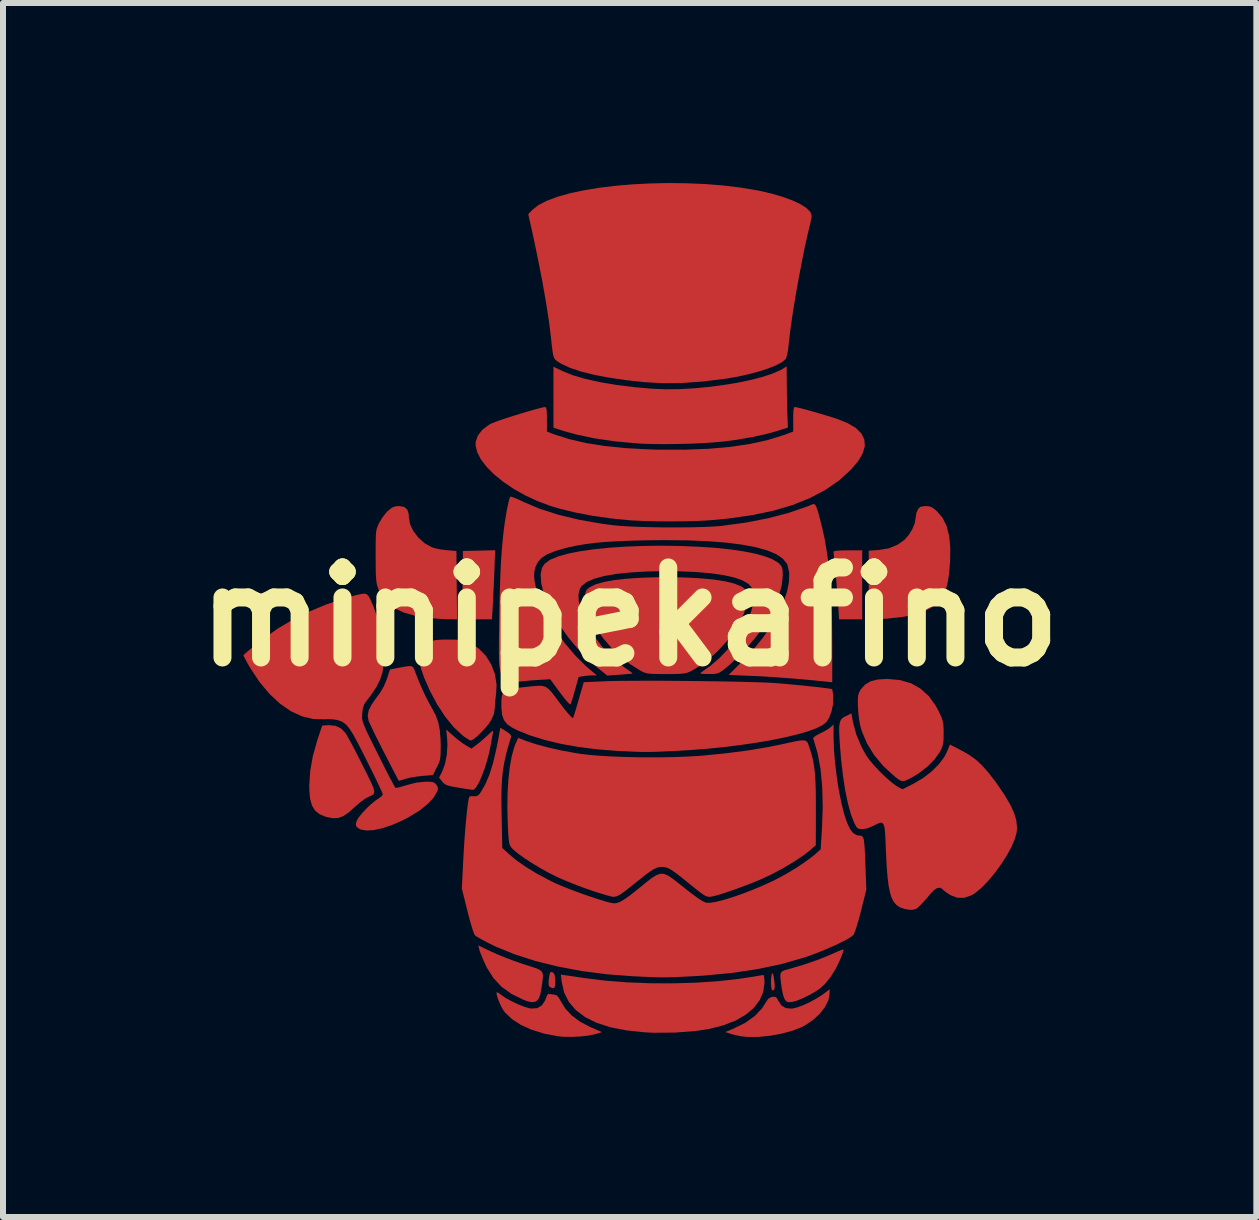
<source format=kicad_pcb>
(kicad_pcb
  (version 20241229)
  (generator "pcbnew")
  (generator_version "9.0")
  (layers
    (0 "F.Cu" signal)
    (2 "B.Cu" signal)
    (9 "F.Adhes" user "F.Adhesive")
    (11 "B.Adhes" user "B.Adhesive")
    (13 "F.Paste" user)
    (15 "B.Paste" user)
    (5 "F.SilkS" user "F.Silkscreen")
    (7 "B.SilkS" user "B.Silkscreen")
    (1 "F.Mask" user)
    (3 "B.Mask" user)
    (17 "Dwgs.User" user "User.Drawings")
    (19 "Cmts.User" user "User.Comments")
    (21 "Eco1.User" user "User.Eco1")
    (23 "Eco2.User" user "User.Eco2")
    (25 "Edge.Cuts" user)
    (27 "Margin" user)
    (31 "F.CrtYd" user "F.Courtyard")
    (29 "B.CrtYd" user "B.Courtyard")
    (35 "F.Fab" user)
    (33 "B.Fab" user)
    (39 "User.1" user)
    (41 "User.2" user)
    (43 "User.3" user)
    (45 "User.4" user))
  (footprint "minipekafino"
    (layer "F.Cu")
    (at 7.443 7.228)
    (property "Reference" "minipekafino" (at 0 0 0) (layer "F.SilkS") (effects (font (size 1.5 1.5) (thickness 0.3))))
    (attr board_only exclude_from_pos_files exclude_from_bom)
    (fp_poly (pts (xy -2.255 -0.744) (xy -2.261 -0.602) (xy -2.268 -0.456) (xy -2.274 -0.32) (xy -2.28 -0.207) (xy -2.282 -0.168) (xy -2.295 0.043) (xy -2.543 0.043) (xy -2.79 0.043) (xy -2.785 -0.526) (xy -2.779 -1.096) (xy -2.51 -1.102) (xy -2.242 -1.109)) (stroke (width 0) (type solid)) (fill yes) (layer "F.Cu"))
    (fp_poly (pts (xy 2.387 5.951) (xy 2.399 5.994) (xy 2.409 6.054) (xy 2.415 6.118) (xy 2.417 6.174) (xy 2.411 6.207) (xy 2.41 6.208) (xy 2.386 6.231) (xy 2.368 6.214) (xy 2.358 6.156) (xy 2.355 6.091) (xy 2.358 6.017) (xy 2.366 5.962) (xy 2.375 5.939)) (stroke (width 0) (type solid)) (fill yes) (layer "F.Cu"))
    (fp_poly (pts (xy -1.288 5.924) (xy -1.262 5.942) (xy -1.248 5.979) (xy -1.24 6.046) (xy -1.239 6.063) (xy -1.241 6.143) (xy -1.257 6.184) (xy -1.289 6.189) (xy -1.332 6.168) (xy -1.348 6.144) (xy -1.352 6.094) (xy -1.346 6.029) (xy -1.335 5.961) (xy -1.324 5.927) (xy -1.306 5.919)) (stroke (width 0) (type solid)) (fill yes) (layer "F.Cu"))
    (fp_poly (pts (xy 3.875 -0.532) (xy 3.875 0.043) (xy 3.682 0.043) (xy 3.489 0.043) (xy 3.475 -0.201) (xy 3.467 -0.32) (xy 3.455 -0.464) (xy 3.442 -0.615) (xy 3.429 -0.755) (xy 3.429 -0.757) (xy 3.418 -0.87) (xy 3.408 -0.967) (xy 3.401 -1.041) (xy 3.398 -1.082) (xy 3.398 -1.088) (xy 3.418 -1.096) (xy 3.473 -1.102) (xy 3.553 -1.106) (xy 3.636 -1.107) (xy 3.875 -1.107)) (stroke (width 0) (type solid)) (fill yes) (layer "F.Cu"))
    (fp_poly (pts (xy -2.304 5.581) (xy -2.199 5.628) (xy -2.068 5.681) (xy -1.926 5.735) (xy -1.789 5.783) (xy -1.764 5.791) (xy -1.64 5.83) (xy -1.552 5.86) (xy -1.493 5.888) (xy -1.46 5.919) (xy -1.446 5.96) (xy -1.447 6.018) (xy -1.457 6.098) (xy -1.466 6.164) (xy -1.487 6.285) (xy -1.518 6.367) (xy -1.562 6.412) (xy -1.625 6.424) (xy -1.71 6.406) (xy -1.769 6.383) (xy -1.97 6.285) (xy -2.135 6.166) (xy -2.269 6.023) (xy -2.377 5.852) (xy -2.397 5.812) (xy -2.438 5.722) (xy -2.474 5.636) (xy -2.499 5.57) (xy -2.503 5.555) (xy -2.524 5.476)) (stroke (width 0) (type solid)) (fill yes) (layer "F.Cu"))
    (fp_poly (pts (xy 3.565 5.544) (xy 3.562 5.567) (xy 3.544 5.62) (xy 3.516 5.692) (xy 3.505 5.719) (xy 3.435 5.864) (xy 3.35 6) (xy 3.258 6.115) (xy 3.174 6.193) (xy 3.092 6.248) (xy 2.992 6.305) (xy 2.887 6.356) (xy 2.791 6.396) (xy 2.715 6.418) (xy 2.705 6.42) (xy 2.646 6.423) (xy 2.61 6.408) (xy 2.585 6.378) (xy 2.565 6.33) (xy 2.546 6.255) (xy 2.53 6.168) (xy 2.53 6.164) (xy 2.516 6.057) (xy 2.51 5.984) (xy 2.516 5.938) (xy 2.54 5.909) (xy 2.585 5.889) (xy 2.656 5.87) (xy 2.687 5.861) (xy 2.912 5.794) (xy 3.138 5.716) (xy 3.344 5.632) (xy 3.396 5.609) (xy 3.471 5.576) (xy 3.53 5.553) (xy 3.562 5.544)) (stroke (width 0) (type solid)) (fill yes) (layer "F.Cu"))
    (fp_poly (pts (xy 3.332 6.278) (xy 3.312 6.389) (xy 3.255 6.503) (xy 3.168 6.616) (xy 3.055 6.72) (xy 2.923 6.809) (xy 2.867 6.838) (xy 2.71 6.899) (xy 2.528 6.948) (xy 2.334 6.983) (xy 2.141 7.002) (xy 1.964 7.002) (xy 1.865 6.992) (xy 1.781 6.976) (xy 1.699 6.955) (xy 1.673 6.947) (xy 1.591 6.92) (xy 1.714 6.871) (xy 1.919 6.771) (xy 2.084 6.654) (xy 2.209 6.521) (xy 2.27 6.423) (xy 2.31 6.365) (xy 2.36 6.338) (xy 2.378 6.334) (xy 2.425 6.333) (xy 2.454 6.354) (xy 2.474 6.395) (xy 2.528 6.477) (xy 2.604 6.522) (xy 2.704 6.53) (xy 2.712 6.529) (xy 2.791 6.51) (xy 2.893 6.472) (xy 3.006 6.42) (xy 3.117 6.359) (xy 3.214 6.297) (xy 3.235 6.281) (xy 3.332 6.207)) (stroke (width 0) (type solid)) (fill yes) (layer "F.Cu"))
    (fp_poly (pts (xy 5.002 -1.838) (xy 5.055 -1.813) (xy 5.118 -1.761) (xy 5.121 -1.758) (xy 5.214 -1.649) (xy 5.281 -1.513) (xy 5.324 -1.348) (xy 5.343 -1.152) (xy 5.34 -0.92) (xy 5.339 -0.913) (xy 5.325 -0.742) (xy 5.306 -0.605) (xy 5.28 -0.494) (xy 5.245 -0.4) (xy 5.212 -0.338) (xy 5.135 -0.237) (xy 5.032 -0.153) (xy 4.898 -0.086) (xy 4.732 -0.033) (xy 4.531 0.005) (xy 4.291 0.031) (xy 4.22 0.036) (xy 3.984 0.05) (xy 3.984 -0.526) (xy 3.984 -1.101) (xy 4.141 -1.112) (xy 4.314 -1.139) (xy 4.462 -1.199) (xy 4.58 -1.283) (xy 4.65 -1.362) (xy 4.71 -1.46) (xy 4.751 -1.562) (xy 4.765 -1.646) (xy 4.777 -1.728) (xy 4.808 -1.797) (xy 4.839 -1.829) (xy 4.875 -1.839) (xy 4.933 -1.845) (xy 4.945 -1.845)) (stroke (width 0) (type solid)) (fill yes) (layer "F.Cu"))
    (fp_poly (pts (xy -4.904 1.816) (xy -4.807 1.864) (xy -4.736 1.938) (xy -4.711 1.977) (xy -4.671 2.049) (xy -4.618 2.147) (xy -4.557 2.264) (xy -4.491 2.394) (xy -4.454 2.468) (xy -4.38 2.616) (xy -4.324 2.73) (xy -4.285 2.815) (xy -4.262 2.877) (xy -4.255 2.92) (xy -4.263 2.949) (xy -4.284 2.969) (xy -4.317 2.987) (xy -4.359 3.004) (xy -4.414 3.035) (xy -4.486 3.088) (xy -4.56 3.152) (xy -4.578 3.168) (xy -4.684 3.263) (xy -4.776 3.324) (xy -4.862 3.354) (xy -4.952 3.357) (xy -5.055 3.336) (xy -5.071 3.331) (xy -5.17 3.289) (xy -5.243 3.229) (xy -5.294 3.146) (xy -5.325 3.034) (xy -5.338 2.888) (xy -5.339 2.811) (xy -5.324 2.573) (xy -5.281 2.327) (xy -5.207 2.062) (xy -5.193 2.019) (xy -5.123 1.813) (xy -5.021 1.806)) (stroke (width 0) (type solid)) (fill yes) (layer "F.Cu"))
    (fp_poly (pts (xy -1.051 5.977) (xy -0.987 5.986) (xy -0.895 6) (xy -0.791 6.015) (xy -0.738 6.023) (xy -0.405 6.064) (xy -0.046 6.092) (xy 0.331 6.107) (xy 0.714 6.109) (xy 1.093 6.098) (xy 1.459 6.074) (xy 1.801 6.037) (xy 2.04 6.001) (xy 2.123 5.987) (xy 2.189 5.976) (xy 2.227 5.97) (xy 2.231 5.97) (xy 2.239 5.99) (xy 2.245 6.041) (xy 2.247 6.095) (xy 2.226 6.25) (xy 2.165 6.392) (xy 2.066 6.521) (xy 1.93 6.634) (xy 1.761 6.731) (xy 1.559 6.809) (xy 1.326 6.868) (xy 1.118 6.901) (xy 0.764 6.929) (xy 0.406 6.932) (xy 0.25 6.925) (xy -0.054 6.893) (xy -0.32 6.841) (xy -0.55 6.767) (xy -0.742 6.672) (xy -0.896 6.556) (xy -1.013 6.42) (xy -1.092 6.263) (xy -1.132 6.088) (xy -1.147 5.963)) (stroke (width 0) (type solid)) (fill yes) (layer "F.Cu"))
    (fp_poly (pts (xy -2.941 1.983) (xy -2.866 2.046) (xy -2.788 2.105) (xy -2.731 2.142) (xy -2.637 2.197) (xy -2.556 2.137) (xy -2.495 2.089) (xy -2.422 2.026) (xy -2.37 1.978) (xy -2.315 1.927) (xy -2.285 1.904) (xy -2.275 1.906) (xy -2.277 1.931) (xy -2.278 1.932) (xy -2.287 1.982) (xy -2.301 2.057) (xy -2.313 2.124) (xy -2.341 2.262) (xy -2.377 2.4) (xy -2.419 2.533) (xy -2.463 2.653) (xy -2.508 2.754) (xy -2.551 2.831) (xy -2.59 2.875) (xy -2.614 2.885) (xy -2.649 2.88) (xy -2.716 2.87) (xy -2.804 2.856) (xy -2.861 2.847) (xy -2.961 2.829) (xy -3.028 2.813) (xy -3.072 2.795) (xy -3.104 2.77) (xy -3.124 2.746) (xy -3.176 2.682) (xy -3.125 2.58) (xy -3.077 2.452) (xy -3.047 2.299) (xy -3.037 2.135) (xy -3.042 2.032) (xy -3.057 1.879)) (stroke (width 0) (type solid)) (fill yes) (layer "F.Cu"))
    (fp_poly (pts (xy -2.919 0.381) (xy -2.837 0.385) (xy -2.776 0.394) (xy -2.724 0.409) (xy -2.668 0.432) (xy -2.659 0.437) (xy -2.516 0.528) (xy -2.397 0.65) (xy -2.305 0.797) (xy -2.244 0.961) (xy -2.218 1.135) (xy -2.226 1.281) (xy -2.237 1.374) (xy -2.245 1.466) (xy -2.247 1.52) (xy -2.264 1.625) (xy -2.311 1.728) (xy -2.353 1.79) (xy -2.412 1.86) (xy -2.478 1.931) (xy -2.544 1.994) (xy -2.602 2.04) (xy -2.643 2.062) (xy -2.648 2.062) (xy -2.679 2.05) (xy -2.732 2.017) (xy -2.788 1.975) (xy -2.931 1.841) (xy -3.072 1.668) (xy -3.206 1.464) (xy -3.329 1.234) (xy -3.428 1.007) (xy -3.478 0.863) (xy -3.502 0.747) (xy -3.502 0.653) (xy -3.476 0.574) (xy -3.457 0.543) (xy -3.409 0.477) (xy -3.361 0.432) (xy -3.305 0.404) (xy -3.23 0.388) (xy -3.129 0.381) (xy -3.032 0.38)) (stroke (width 0) (type solid)) (fill yes) (layer "F.Cu"))
    (fp_poly (pts (xy -2.194 6.263) (xy -2.154 6.29) (xy -2.143 6.3) (xy -2.071 6.35) (xy -1.975 6.403) (xy -1.869 6.454) (xy -1.765 6.496) (xy -1.677 6.523) (xy -1.641 6.529) (xy -1.541 6.522) (xy -1.464 6.477) (xy -1.41 6.396) (xy -1.397 6.359) (xy -1.373 6.3) (xy -1.347 6.282) (xy -1.341 6.284) (xy -1.295 6.293) (xy -1.258 6.296) (xy -1.218 6.307) (xy -1.182 6.347) (xy -1.159 6.388) (xy -1.073 6.528) (xy -0.966 6.644) (xy -0.831 6.745) (xy -0.661 6.835) (xy -0.625 6.85) (xy -0.461 6.922) (xy -0.574 6.956) (xy -0.683 6.979) (xy -0.819 6.994) (xy -0.965 7.001) (xy -1.105 6.999) (xy -1.199 6.99) (xy -1.427 6.946) (xy -1.634 6.882) (xy -1.814 6.801) (xy -1.964 6.703) (xy -2.078 6.593) (xy -2.104 6.559) (xy -2.138 6.501) (xy -2.17 6.43) (xy -2.198 6.359) (xy -2.215 6.299) (xy -2.218 6.262) (xy -2.215 6.257)) (stroke (width 0) (type solid)) (fill yes) (layer "F.Cu"))
    (fp_poly (pts (xy 2.618 -3.882) (xy 2.62 -3.748) (xy 2.622 -3.604) (xy 2.625 -3.469) (xy 2.628 -3.373) (xy 2.637 -3.153) (xy 2.458 -3.096) (xy 2.266 -3.043) (xy 2.041 -2.994) (xy 1.792 -2.951) (xy 1.563 -2.92) (xy 1.406 -2.906) (xy 1.217 -2.893) (xy 1.008 -2.884) (xy 0.79 -2.879) (xy 0.575 -2.877) (xy 0.375 -2.878) (xy 0.202 -2.884) (xy 0.141 -2.888) (xy -0.243 -2.923) (xy -0.592 -2.974) (xy -0.904 -3.041) (xy -1.097 -3.095) (xy -1.27 -3.15) (xy -1.27 -3.658) (xy -1.27 -4.166) (xy -1.112 -4.091) (xy -0.945 -4.024) (xy -0.738 -3.964) (xy -0.496 -3.91) (xy -0.222 -3.864) (xy 0.08 -3.826) (xy 0.377 -3.8) (xy 0.59 -3.791) (xy 0.821 -3.793) (xy 1.062 -3.806) (xy 1.307 -3.829) (xy 1.551 -3.86) (xy 1.785 -3.898) (xy 2.004 -3.943) (xy 2.202 -3.994) (xy 2.372 -4.049) (xy 2.507 -4.107) (xy 2.545 -4.129) (xy 2.616 -4.172)) (stroke (width 0) (type solid)) (fill yes) (layer "F.Cu"))
    (fp_poly (pts (xy 4.297 1.036) (xy 4.506 1.055) (xy 4.69 1.109) (xy 4.849 1.199) (xy 4.987 1.325) (xy 5.104 1.489) (xy 5.161 1.597) (xy 5.196 1.676) (xy 5.217 1.741) (xy 5.228 1.809) (xy 5.232 1.896) (xy 5.232 1.943) (xy 5.231 2.042) (xy 5.224 2.111) (xy 5.21 2.167) (xy 5.184 2.223) (xy 5.168 2.254) (xy 5.084 2.373) (xy 4.969 2.491) (xy 4.833 2.598) (xy 4.737 2.658) (xy 4.65 2.706) (xy 4.59 2.733) (xy 4.546 2.74) (xy 4.506 2.727) (xy 4.458 2.694) (xy 4.418 2.663) (xy 4.234 2.496) (xy 4.078 2.31) (xy 3.954 2.11) (xy 3.867 1.903) (xy 3.841 1.81) (xy 3.823 1.712) (xy 3.81 1.596) (xy 3.803 1.483) (xy 3.802 1.475) (xy 3.802 1.38) (xy 3.807 1.315) (xy 3.82 1.268) (xy 3.843 1.225) (xy 3.853 1.208) (xy 3.924 1.13) (xy 4.013 1.076) (xy 4.129 1.046) (xy 4.277 1.036)) (stroke (width 0) (type solid)) (fill yes) (layer "F.Cu"))
    (fp_poly (pts (xy -3.761 -1.832) (xy -3.709 -1.791) (xy -3.683 -1.718) (xy -3.68 -1.66) (xy -3.66 -1.543) (xy -3.604 -1.426) (xy -3.519 -1.316) (xy -3.413 -1.223) (xy -3.298 -1.159) (xy -3.233 -1.139) (xy -3.143 -1.121) (xy -3.05 -1.11) (xy -2.887 -1.096) (xy -2.882 -0.526) (xy -2.876 0.043) (xy -3.034 0.041) (xy -3.142 0.036) (xy -3.264 0.028) (xy -3.353 0.019) (xy -3.579 -0.017) (xy -3.767 -0.071) (xy -3.92 -0.144) (xy -4.041 -0.236) (xy -4.132 -0.35) (xy -4.183 -0.452) (xy -4.2 -0.498) (xy -4.213 -0.542) (xy -4.221 -0.593) (xy -4.227 -0.657) (xy -4.231 -0.743) (xy -4.232 -0.857) (xy -4.233 -1.007) (xy -4.233 -1.009) (xy -4.233 -1.157) (xy -4.232 -1.269) (xy -4.23 -1.352) (xy -4.225 -1.412) (xy -4.217 -1.459) (xy -4.204 -1.497) (xy -4.188 -1.536) (xy -4.173 -1.567) (xy -4.124 -1.649) (xy -4.064 -1.728) (xy -4.026 -1.767) (xy -3.965 -1.816) (xy -3.911 -1.839) (xy -3.845 -1.845) (xy -3.844 -1.845)) (stroke (width 0) (type solid)) (fill yes) (layer "F.Cu"))
    (fp_poly (pts (xy 0.903 -0.655) (xy 1.166 -0.642) (xy 1.394 -0.621) (xy 1.585 -0.592) (xy 1.738 -0.555) (xy 1.851 -0.51) (xy 1.882 -0.492) (xy 1.926 -0.457) (xy 1.949 -0.418) (xy 1.959 -0.358) (xy 1.96 -0.333) (xy 1.949 -0.201) (xy 1.904 -0.054) (xy 1.829 0.102) (xy 1.729 0.261) (xy 1.608 0.419) (xy 1.471 0.569) (xy 1.32 0.706) (xy 1.162 0.824) (xy 1.016 0.909) (xy 0.975 0.927) (xy 0.932 0.94) (xy 0.878 0.948) (xy 0.804 0.953) (xy 0.701 0.955) (xy 0.603 0.955) (xy 0.478 0.954) (xy 0.388 0.952) (xy 0.322 0.948) (xy 0.274 0.939) (xy 0.233 0.925) (xy 0.191 0.904) (xy 0.169 0.892) (xy 0.002 0.786) (xy -0.158 0.658) (xy -0.307 0.514) (xy -0.441 0.359) (xy -0.556 0.199) (xy -0.647 0.039) (xy -0.711 -0.115) (xy -0.743 -0.258) (xy -0.745 -0.337) (xy -0.737 -0.406) (xy -0.717 -0.449) (xy -0.677 -0.485) (xy -0.667 -0.492) (xy -0.57 -0.539) (xy -0.432 -0.579) (xy -0.255 -0.611) (xy -0.041 -0.635) (xy 0.209 -0.651) (xy 0.492 -0.659) (xy 0.608 -0.659)) (stroke (width 0) (type solid)) (fill yes) (layer "F.Cu"))
    (fp_poly (pts (xy -3.64 0.823) (xy -3.612 0.838) (xy -3.593 0.869) (xy -3.574 0.918) (xy -3.573 0.923) (xy -3.516 1.069) (xy -3.448 1.226) (xy -3.375 1.377) (xy -3.305 1.506) (xy -3.292 1.529) (xy -3.232 1.642) (xy -3.19 1.759) (xy -3.164 1.891) (xy -3.151 2.048) (xy -3.149 2.151) (xy -3.15 2.256) (xy -3.153 2.332) (xy -3.163 2.389) (xy -3.181 2.441) (xy -3.209 2.5) (xy -3.214 2.509) (xy -3.279 2.638) (xy -3.452 2.652) (xy -3.553 2.664) (xy -3.653 2.681) (xy -3.731 2.7) (xy -3.734 2.701) (xy -3.796 2.72) (xy -3.837 2.732) (xy -3.846 2.735) (xy -3.857 2.717) (xy -3.884 2.665) (xy -3.926 2.585) (xy -3.979 2.482) (xy -4.041 2.362) (xy -4.088 2.271) (xy -4.157 2.136) (xy -4.22 2.01) (xy -4.274 1.899) (xy -4.316 1.81) (xy -4.344 1.749) (xy -4.352 1.729) (xy -4.365 1.646) (xy -4.349 1.56) (xy -4.301 1.464) (xy -4.238 1.374) (xy -4.155 1.26) (xy -4.095 1.156) (xy -4.049 1.045) (xy -4.03 0.989) (xy -3.995 0.879) (xy -3.864 0.853) (xy -3.758 0.833) (xy -3.686 0.822)) (stroke (width 0) (type solid)) (fill yes) (layer "F.Cu"))
    (fp_poly (pts (xy 0.954 -7.224) (xy 1.259 -7.211) (xy 1.559 -7.187) (xy 1.849 -7.152) (xy 2.124 -7.106) (xy 2.171 -7.097) (xy 2.372 -7.05) (xy 2.555 -6.996) (xy 2.715 -6.937) (xy 2.846 -6.875) (xy 2.945 -6.812) (xy 3.007 -6.749) (xy 3.015 -6.736) (xy 3.03 -6.694) (xy 3.03 -6.646) (xy 3.014 -6.574) (xy 3.014 -6.57) (xy 2.97 -6.392) (xy 2.923 -6.182) (xy 2.876 -5.95) (xy 2.829 -5.704) (xy 2.783 -5.455) (xy 2.742 -5.211) (xy 2.706 -4.981) (xy 2.677 -4.775) (xy 2.657 -4.602) (xy 2.641 -4.462) (xy 2.624 -4.363) (xy 2.605 -4.303) (xy 2.596 -4.29) (xy 2.536 -4.241) (xy 2.439 -4.19) (xy 2.311 -4.139) (xy 2.158 -4.089) (xy 1.986 -4.043) (xy 1.8 -4.002) (xy 1.607 -3.968) (xy 1.574 -3.964) (xy 1.204 -3.919) (xy 0.865 -3.895) (xy 0.55 -3.892) (xy 0.251 -3.909) (xy 0.25 -3.909) (xy -0.062 -3.943) (xy -0.346 -3.985) (xy -0.598 -4.033) (xy -0.816 -4.088) (xy -0.996 -4.149) (xy -1.138 -4.215) (xy -1.168 -4.233) (xy -1.207 -4.257) (xy -1.235 -4.28) (xy -1.255 -4.306) (xy -1.27 -4.344) (xy -1.282 -4.401) (xy -1.293 -4.484) (xy -1.306 -4.599) (xy -1.313 -4.668) (xy -1.346 -4.928) (xy -1.392 -5.226) (xy -1.45 -5.559) (xy -1.52 -5.921) (xy -1.601 -6.31) (xy -1.652 -6.541) (xy -1.69 -6.71) (xy -1.619 -6.783) (xy -1.519 -6.861) (xy -1.379 -6.933) (xy -1.205 -6.998) (xy -1.001 -7.056) (xy -0.769 -7.106) (xy -0.515 -7.148) (xy -0.242 -7.181) (xy 0.045 -7.206) (xy 0.343 -7.221) (xy 0.647 -7.228)) (stroke (width 0) (type solid)) (fill yes) (layer "F.Cu"))
    (fp_poly (pts (xy 2.789 -3.489) (xy 2.858 -3.473) (xy 2.952 -3.448) (xy 3.062 -3.417) (xy 3.181 -3.383) (xy 3.3 -3.347) (xy 3.41 -3.313) (xy 3.456 -3.298) (xy 3.633 -3.227) (xy 3.768 -3.147) (xy 3.86 -3.056) (xy 3.91 -2.955) (xy 3.919 -2.845) (xy 3.884 -2.724) (xy 3.808 -2.594) (xy 3.689 -2.453) (xy 3.688 -2.452) (xy 3.49 -2.272) (xy 3.263 -2.115) (xy 3.006 -1.979) (xy 2.718 -1.863) (xy 2.396 -1.768) (xy 2.039 -1.693) (xy 1.645 -1.637) (xy 1.324 -1.607) (xy 1.141 -1.597) (xy 0.928 -1.591) (xy 0.698 -1.589) (xy 0.466 -1.59) (xy 0.244 -1.596) (xy 0.045 -1.605) (xy 0.000436 -1.608) (xy -0.314 -1.639) (xy -0.627 -1.684) (xy -0.926 -1.742) (xy -1.199 -1.81) (xy -1.32 -1.847) (xy -1.537 -1.928) (xy -1.742 -2.023) (xy -1.933 -2.131) (xy -2.106 -2.248) (xy -2.257 -2.37) (xy -2.382 -2.496) (xy -2.478 -2.621) (xy -2.541 -2.742) (xy -2.568 -2.857) (xy -2.566 -2.914) (xy -2.531 -3.017) (xy -2.458 -3.113) (xy -2.352 -3.195) (xy -2.31 -3.218) (xy -2.259 -3.239) (xy -2.178 -3.269) (xy -2.074 -3.304) (xy -1.956 -3.342) (xy -1.832 -3.381) (xy -1.71 -3.417) (xy -1.598 -3.45) (xy -1.504 -3.475) (xy -1.437 -3.491) (xy -1.407 -3.495) (xy -1.393 -3.484) (xy -1.384 -3.448) (xy -1.38 -3.379) (xy -1.379 -3.291) (xy -1.379 -3.086) (xy -1.26 -3.041) (xy -1.011 -2.961) (xy -0.733 -2.896) (xy -0.424 -2.847) (xy -0.079 -2.811) (xy 0.303 -2.79) (xy 0.471 -2.785) (xy 0.909 -2.784) (xy 1.31 -2.799) (xy 1.675 -2.831) (xy 2.006 -2.88) (xy 2.305 -2.946) (xy 2.575 -3.03) (xy 2.601 -3.04) (xy 2.725 -3.086) (xy 2.725 -3.291) (xy 2.726 -3.391) (xy 2.731 -3.455) (xy 2.741 -3.488) (xy 2.753 -3.495)) (stroke (width 0) (type solid)) (fill yes) (layer "F.Cu"))
    (fp_poly (pts (xy 0.501 1.066) (xy 0.737 1.068) (xy 0.978 1.07) (xy 1.221 1.073) (xy 1.458 1.076) (xy 1.684 1.08) (xy 1.894 1.085) (xy 2.083 1.09) (xy 2.243 1.095) (xy 2.37 1.101) (xy 2.442 1.106) (xy 2.587 1.118) (xy 2.737 1.132) (xy 2.884 1.146) (xy 3.023 1.161) (xy 3.147 1.174) (xy 3.251 1.187) (xy 3.326 1.197) (xy 3.368 1.204) (xy 3.374 1.206) (xy 3.381 1.231) (xy 3.388 1.286) (xy 3.393 1.332) (xy 3.39 1.452) (xy 3.364 1.576) (xy 3.322 1.686) (xy 3.278 1.755) (xy 3.214 1.806) (xy 3.111 1.857) (xy 2.971 1.909) (xy 2.799 1.959) (xy 2.599 2.007) (xy 2.374 2.053) (xy 2.127 2.096) (xy 1.863 2.135) (xy 1.585 2.17) (xy 1.297 2.199) (xy 1.003 2.222) (xy 0.768 2.236) (xy 0.605 2.243) (xy 0.475 2.249) (xy 0.367 2.252) (xy 0.27 2.253) (xy 0.173 2.252) (xy 0.066 2.248) (xy -0.062 2.242) (xy -0.21 2.235) (xy -0.533 2.21) (xy -0.845 2.171) (xy -1.14 2.119) (xy -1.412 2.054) (xy -1.655 1.979) (xy -1.865 1.895) (xy -1.954 1.85) (xy -2.04 1.792) (xy -2.096 1.721) (xy -2.127 1.63) (xy -2.138 1.509) (xy -2.138 1.487) (xy -2.137 1.388) (xy -2.129 1.315) (xy -2.108 1.264) (xy -2.069 1.23) (xy -2.005 1.207) (xy -1.911 1.19) (xy -1.78 1.175) (xy -1.765 1.173) (xy -1.632 1.159) (xy -1.533 1.15) (xy -1.46 1.151) (xy -1.403 1.167) (xy -1.354 1.2) (xy -1.302 1.255) (xy -1.24 1.335) (xy -1.168 1.432) (xy -1.09 1.534) (xy -1.025 1.613) (xy -0.977 1.666) (xy -0.949 1.688) (xy -0.943 1.687) (xy -0.933 1.658) (xy -0.913 1.595) (xy -0.886 1.507) (xy -0.856 1.403) (xy -0.848 1.375) (xy -0.765 1.09) (xy -0.386 1.074) (xy -0.266 1.07) (xy -0.112 1.068) (xy 0.071 1.067) (xy 0.277 1.066)) (stroke (width 0) (type solid)) (fill yes) (layer "F.Cu"))
    (fp_poly (pts (xy 3.721 1.755) (xy 3.778 1.966) (xy 3.867 2.177) (xy 3.945 2.316) (xy 4.003 2.395) (xy 4.082 2.488) (xy 4.175 2.586) (xy 4.272 2.679) (xy 4.364 2.759) (xy 4.442 2.817) (xy 4.467 2.832) (xy 4.546 2.875) (xy 4.737 2.778) (xy 4.892 2.686) (xy 5.034 2.576) (xy 5.155 2.455) (xy 5.246 2.332) (xy 5.286 2.253) (xy 5.337 2.129) (xy 5.534 2.231) (xy 5.657 2.301) (xy 5.766 2.379) (xy 5.868 2.473) (xy 5.972 2.589) (xy 6.085 2.735) (xy 6.128 2.794) (xy 6.251 2.976) (xy 6.344 3.134) (xy 6.407 3.272) (xy 6.444 3.397) (xy 6.455 3.512) (xy 6.449 3.592) (xy 6.418 3.705) (xy 6.361 3.838) (xy 6.282 3.982) (xy 6.186 4.13) (xy 6.081 4.274) (xy 5.97 4.406) (xy 5.861 4.519) (xy 5.758 4.604) (xy 5.692 4.644) (xy 5.571 4.684) (xy 5.457 4.682) (xy 5.344 4.638) (xy 5.326 4.626) (xy 5.267 4.587) (xy 5.225 4.553) (xy 5.212 4.539) (xy 5.174 4.514) (xy 5.122 4.522) (xy 5.063 4.562) (xy 5.022 4.606) (xy 4.963 4.677) (xy 4.894 4.754) (xy 4.86 4.791) (xy 4.805 4.845) (xy 4.761 4.873) (xy 4.713 4.883) (xy 4.676 4.884) (xy 4.593 4.872) (xy 4.512 4.846) (xy 4.5 4.84) (xy 4.447 4.804) (xy 4.403 4.754) (xy 4.367 4.687) (xy 4.338 4.597) (xy 4.315 4.482) (xy 4.297 4.337) (xy 4.283 4.158) (xy 4.272 3.941) (xy 4.268 3.845) (xy 4.262 3.692) (xy 4.255 3.579) (xy 4.244 3.5) (xy 4.227 3.453) (xy 4.202 3.432) (xy 4.167 3.434) (xy 4.119 3.454) (xy 4.073 3.479) (xy 3.968 3.524) (xy 3.879 3.539) (xy 3.829 3.536) (xy 3.796 3.523) (xy 3.77 3.489) (xy 3.738 3.425) (xy 3.685 3.287) (xy 3.637 3.111) (xy 3.593 2.9) (xy 3.556 2.66) (xy 3.525 2.394) (xy 3.506 2.171) (xy 3.496 2.018) (xy 3.491 1.903) (xy 3.493 1.818) (xy 3.503 1.758) (xy 3.521 1.716) (xy 3.55 1.685) (xy 3.59 1.661) (xy 3.602 1.656) (xy 3.695 1.61)) (stroke (width 0) (type solid)) (fill yes) (layer "F.Cu"))
    (fp_poly (pts (xy 0.835 -1.18) (xy 1.147 -1.167) (xy 1.422 -1.149) (xy 1.666 -1.124) (xy 1.887 -1.092) (xy 2.082 -1.054) (xy 2.246 -1.009) (xy 2.375 -0.96) (xy 2.467 -0.906) (xy 2.484 -0.892) (xy 2.521 -0.854) (xy 2.541 -0.816) (xy 2.549 -0.765) (xy 2.551 -0.688) (xy 2.534 -0.523) (xy 2.483 -0.339) (xy 2.402 -0.143) (xy 2.293 0.061) (xy 2.168 0.252) (xy 2.088 0.356) (xy 1.987 0.475) (xy 1.874 0.596) (xy 1.761 0.711) (xy 1.656 0.809) (xy 1.588 0.866) (xy 1.526 0.912) (xy 1.478 0.938) (xy 1.428 0.951) (xy 1.36 0.954) (xy 1.311 0.954) (xy 1.231 0.952) (xy 1.188 0.948) (xy 1.177 0.94) (xy 1.192 0.927) (xy 1.35 0.814) (xy 1.501 0.683) (xy 1.639 0.538) (xy 1.764 0.385) (xy 1.871 0.227) (xy 1.958 0.069) (xy 2.023 -0.083) (xy 2.061 -0.225) (xy 2.071 -0.352) (xy 2.049 -0.459) (xy 2.039 -0.481) (xy 1.981 -0.547) (xy 1.882 -0.605) (xy 1.743 -0.654) (xy 1.565 -0.694) (xy 1.35 -0.725) (xy 1.098 -0.746) (xy 0.811 -0.758) (xy 0.608 -0.76) (xy 0.295 -0.755) (xy 0.017 -0.739) (xy -0.223 -0.714) (xy -0.426 -0.679) (xy -0.59 -0.634) (xy -0.714 -0.58) (xy -0.797 -0.516) (xy -0.826 -0.475) (xy -0.853 -0.379) (xy -0.849 -0.261) (xy -0.817 -0.125) (xy -0.761 0.022) (xy -0.683 0.176) (xy -0.586 0.331) (xy -0.473 0.481) (xy -0.347 0.623) (xy -0.211 0.751) (xy -0.069 0.857) (xy -0.009 0.899) (xy 0.034 0.93) (xy 0.049 0.945) (xy 0.049 0.945) (xy 0.026 0.949) (xy -0.03 0.954) (xy -0.11 0.961) (xy -0.165 0.965) (xy -0.373 0.98) (xy -0.539 0.847) (xy -0.709 0.697) (xy -0.87 0.528) (xy -1.02 0.348) (xy -1.154 0.16) (xy -1.27 -0.03) (xy -1.364 -0.217) (xy -1.433 -0.394) (xy -1.474 -0.557) (xy -1.483 -0.701) (xy -1.482 -0.721) (xy -1.462 -0.813) (xy -1.417 -0.883) (xy -1.339 -0.941) (xy -1.306 -0.959) (xy -1.181 -1.009) (xy -1.017 -1.054) (xy -0.819 -1.093) (xy -0.592 -1.125) (xy -0.339 -1.151) (xy -0.065 -1.169) (xy 0.225 -1.18) (xy 0.526 -1.184)) (stroke (width 0) (type solid)) (fill yes) (layer "F.Cu"))
    (fp_poly (pts (xy -1.718 2.072) (xy -1.557 2.125) (xy -1.364 2.177) (xy -1.148 2.226) (xy -0.92 2.268) (xy -0.836 2.282) (xy -0.68 2.301) (xy -0.49 2.317) (xy -0.272 2.329) (xy -0.036 2.338) (xy 0.212 2.342) (xy 0.462 2.343) (xy 0.707 2.339) (xy 0.938 2.331) (xy 1.148 2.319) (xy 1.216 2.314) (xy 1.613 2.274) (xy 1.976 2.227) (xy 2.313 2.17) (xy 2.54 2.124) (xy 2.681 2.093) (xy 2.785 2.071) (xy 2.859 2.06) (xy 2.91 2.06) (xy 2.943 2.072) (xy 2.965 2.097) (xy 2.981 2.137) (xy 2.999 2.192) (xy 3.001 2.196) (xy 3.031 2.293) (xy 3.055 2.388) (xy 3.073 2.487) (xy 3.086 2.598) (xy 3.095 2.727) (xy 3.101 2.88) (xy 3.103 3.065) (xy 3.103 3.233) (xy 3.102 3.807) (xy 3.016 3.882) (xy 2.901 3.973) (xy 2.754 4.072) (xy 2.585 4.174) (xy 2.403 4.273) (xy 2.307 4.32) (xy 2.201 4.369) (xy 2.077 4.421) (xy 1.941 4.474) (xy 1.802 4.526) (xy 1.668 4.574) (xy 1.546 4.614) (xy 1.443 4.645) (xy 1.367 4.663) (xy 1.335 4.667) (xy 1.306 4.665) (xy 1.277 4.657) (xy 1.24 4.638) (xy 1.191 4.604) (xy 1.124 4.554) (xy 1.034 4.481) (xy 0.95 4.413) (xy 0.838 4.323) (xy 0.752 4.258) (xy 0.686 4.213) (xy 0.633 4.186) (xy 0.585 4.173) (xy 0.537 4.168) (xy 0.529 4.168) (xy 0.489 4.172) (xy 0.447 4.184) (xy 0.398 4.208) (xy 0.336 4.248) (xy 0.255 4.308) (xy 0.15 4.391) (xy 0.078 4.448) (xy -0.027 4.532) (xy -0.105 4.592) (xy -0.164 4.632) (xy -0.208 4.655) (xy -0.245 4.665) (xy -0.275 4.667) (xy -0.313 4.66) (xy -0.383 4.641) (xy -0.477 4.613) (xy -0.587 4.578) (xy -0.65 4.557) (xy -0.789 4.508) (xy -0.938 4.451) (xy -1.083 4.392) (xy -1.205 4.338) (xy -1.223 4.33) (xy -1.357 4.262) (xy -1.497 4.184) (xy -1.633 4.102) (xy -1.758 4.02) (xy -1.862 3.945) (xy -1.938 3.881) (xy -1.951 3.868) (xy -1.975 3.841) (xy -1.992 3.815) (xy -2.004 3.782) (xy -2.013 3.734) (xy -2.02 3.663) (xy -2.026 3.563) (xy -2.031 3.458) (xy -2.038 3.197) (xy -2.035 2.946) (xy -2.021 2.712) (xy -1.997 2.5) (xy -1.964 2.318) (xy -1.922 2.169) (xy -1.902 2.117) (xy -1.858 2.019)) (stroke (width 0) (type solid)) (fill yes) (layer "F.Cu"))
    (fp_poly (pts (xy -4.384 -0.377) (xy -4.352 -0.346) (xy -4.321 -0.289) (xy -4.282 -0.199) (xy -4.264 -0.156) (xy -4.172 0.105) (xy -4.115 0.362) (xy -4.092 0.607) (xy -4.092 0.63) (xy -4.098 0.788) (xy -4.119 0.924) (xy -4.159 1.049) (xy -4.222 1.173) (xy -4.312 1.307) (xy -4.384 1.401) (xy -4.425 1.461) (xy -4.446 1.524) (xy -4.457 1.611) (xy -4.457 1.615) (xy -4.459 1.654) (xy -4.459 1.69) (xy -4.453 1.726) (xy -4.441 1.769) (xy -4.42 1.824) (xy -4.389 1.895) (xy -4.344 1.989) (xy -4.285 2.11) (xy -4.208 2.264) (xy -4.193 2.294) (xy -4.122 2.436) (xy -4.057 2.565) (xy -4 2.676) (xy -3.953 2.763) (xy -3.921 2.823) (xy -3.904 2.85) (xy -3.904 2.851) (xy -3.876 2.849) (xy -3.819 2.836) (xy -3.743 2.813) (xy -3.723 2.807) (xy -3.553 2.763) (xy -3.412 2.749) (xy -3.33 2.749) (xy -3.279 2.756) (xy -3.246 2.772) (xy -3.223 2.796) (xy -3.196 2.844) (xy -3.2 2.893) (xy -3.205 2.905) (xy -3.265 3.012) (xy -3.366 3.121) (xy -3.503 3.23) (xy -3.673 3.335) (xy -3.799 3.4) (xy -3.967 3.473) (xy -4.125 3.525) (xy -4.267 3.555) (xy -4.387 3.562) (xy -4.481 3.546) (xy -4.527 3.521) (xy -4.558 3.49) (xy -4.564 3.457) (xy -4.55 3.404) (xy -4.52 3.35) (xy -4.464 3.279) (xy -4.392 3.201) (xy -4.312 3.125) (xy -4.234 3.061) (xy -4.184 3.028) (xy -4.138 2.994) (xy -4.115 2.963) (xy -4.114 2.958) (xy -4.123 2.932) (xy -4.15 2.873) (xy -4.191 2.785) (xy -4.244 2.674) (xy -4.307 2.546) (xy -4.377 2.405) (xy -4.385 2.39) (xy -4.472 2.216) (xy -4.544 2.078) (xy -4.603 1.969) (xy -4.654 1.888) (xy -4.698 1.827) (xy -4.74 1.785) (xy -4.782 1.755) (xy -4.828 1.735) (xy -4.878 1.719) (xy -4.947 1.709) (xy -5.034 1.706) (xy -5.085 1.709) (xy -5.274 1.704) (xy -5.463 1.658) (xy -5.649 1.572) (xy -5.83 1.446) (xy -6.004 1.284) (xy -6.169 1.086) (xy -6.323 0.853) (xy -6.368 0.776) (xy -6.403 0.712) (xy -6.428 0.663) (xy -6.437 0.643) (xy -6.42 0.623) (xy -6.375 0.584) (xy -6.308 0.529) (xy -6.226 0.464) (xy -6.135 0.394) (xy -6.041 0.324) (xy -5.952 0.259) (xy -5.875 0.205) (xy -5.846 0.186) (xy -5.608 0.046) (xy -5.343 -0.085) (xy -5.063 -0.202) (xy -4.784 -0.299) (xy -4.562 -0.36) (xy -4.482 -0.378) (xy -4.425 -0.386)) (stroke (width 0) (type solid)) (fill yes) (layer "F.Cu"))
    (fp_poly (pts (xy -1.966 -1.998) (xy -1.912 -1.979) (xy -1.837 -1.947) (xy -1.78 -1.919) (xy -1.505 -1.802) (xy -1.191 -1.701) (xy -0.839 -1.616) (xy -0.449 -1.548) (xy -0.291 -1.527) (xy -0.164 -1.515) (xy -0.002 -1.505) (xy 0.186 -1.497) (xy 0.391 -1.492) (xy 0.605 -1.489) (xy 0.821 -1.489) (xy 1.028 -1.491) (xy 1.219 -1.496) (xy 1.386 -1.503) (xy 1.519 -1.513) (xy 1.541 -1.516) (xy 1.94 -1.57) (xy 2.303 -1.641) (xy 2.635 -1.727) (xy 2.941 -1.831) (xy 3.052 -1.876) (xy 3.072 -1.879) (xy 3.092 -1.865) (xy 3.111 -1.83) (xy 3.133 -1.769) (xy 3.159 -1.676) (xy 3.192 -1.547) (xy 3.2 -1.517) (xy 3.25 -1.293) (xy 3.29 -1.057) (xy 3.323 -0.805) (xy 3.347 -0.53) (xy 3.363 -0.229) (xy 3.373 0.105) (xy 3.376 0.463) (xy 3.376 1.092) (xy 3.24 1.077) (xy 2.984 1.052) (xy 2.717 1.029) (xy 2.453 1.009) (xy 2.205 0.993) (xy 2.019 0.985) (xy 1.649 0.97) (xy 1.9 0.719) (xy 2.073 0.532) (xy 2.228 0.339) (xy 2.361 0.143) (xy 2.473 -0.051) (xy 2.56 -0.239) (xy 2.622 -0.418) (xy 2.655 -0.583) (xy 2.659 -0.73) (xy 2.632 -0.855) (xy 2.618 -0.887) (xy 2.553 -0.968) (xy 2.446 -1.041) (xy 2.298 -1.104) (xy 2.109 -1.157) (xy 1.88 -1.201) (xy 1.612 -1.235) (xy 1.306 -1.259) (xy 0.961 -1.273) (xy 0.579 -1.277) (xy 0.329 -1.275) (xy 0.057 -1.269) (xy -0.178 -1.26) (xy -0.382 -1.248) (xy -0.562 -1.233) (xy -0.723 -1.213) (xy -0.873 -1.188) (xy -1.017 -1.157) (xy -1.085 -1.141) (xy -1.249 -1.092) (xy -1.375 -1.04) (xy -1.468 -0.98) (xy -1.532 -0.909) (xy -1.571 -0.827) (xy -1.589 -0.752) (xy -1.593 -0.674) (xy -1.582 -0.579) (xy -1.555 -0.458) (xy -1.552 -0.443) (xy -1.481 -0.231) (xy -1.376 -0.009) (xy -1.242 0.216) (xy -1.084 0.436) (xy -0.908 0.644) (xy -0.719 0.831) (xy -0.642 0.897) (xy -0.546 0.977) (xy -0.62 0.977) (xy -0.697 0.981) (xy -0.773 0.99) (xy -0.851 1.003) (xy -0.912 1.223) (xy -0.938 1.316) (xy -0.962 1.393) (xy -0.98 1.445) (xy -0.988 1.461) (xy -1.006 1.451) (xy -1.043 1.412) (xy -1.095 1.35) (xy -1.156 1.27) (xy -1.164 1.26) (xy -1.324 1.041) (xy -1.541 1.054) (xy -1.657 1.062) (xy -1.778 1.074) (xy -1.895 1.086) (xy -1.994 1.099) (xy -2.064 1.11) (xy -2.075 1.112) (xy -2.091 1.096) (xy -2.113 1.047) (xy -2.137 0.975) (xy -2.142 0.955) (xy -2.154 0.91) (xy -2.163 0.866) (xy -2.17 0.817) (xy -2.175 0.76) (xy -2.178 0.688) (xy -2.179 0.597) (xy -2.179 0.481) (xy -2.178 0.335) (xy -2.175 0.155) (xy -2.173 0.022) (xy -2.168 -0.267) (xy -2.161 -0.518) (xy -2.153 -0.738) (xy -2.143 -0.934) (xy -2.131 -1.112) (xy -2.116 -1.277) (xy -2.099 -1.437) (xy -2.094 -1.476) (xy -2.078 -1.59) (xy -2.059 -1.705) (xy -2.04 -1.812) (xy -2.02 -1.903) (xy -2.003 -1.969) (xy -1.991 -2.001) (xy -1.99 -2.001)) (stroke (width 0) (type solid)) (fill yes) (layer "F.Cu"))
    (fp_poly (pts (xy 3.398 2.01) (xy 3.404 2.207) (xy 3.422 2.428) (xy 3.45 2.659) (xy 3.485 2.888) (xy 3.527 3.1) (xy 3.573 3.283) (xy 3.575 3.289) (xy 3.623 3.433) (xy 3.672 3.537) (xy 3.724 3.605) (xy 3.783 3.64) (xy 3.83 3.647) (xy 3.855 3.649) (xy 3.874 3.657) (xy 3.889 3.676) (xy 3.901 3.712) (xy 3.909 3.77) (xy 3.916 3.854) (xy 3.922 3.97) (xy 3.928 4.123) (xy 3.93 4.179) (xy 3.944 4.548) (xy 3.854 4.906) (xy 3.822 5.028) (xy 3.79 5.136) (xy 3.762 5.225) (xy 3.739 5.284) (xy 3.727 5.305) (xy 3.683 5.339) (xy 3.604 5.385) (xy 3.5 5.438) (xy 3.377 5.495) (xy 3.242 5.553) (xy 3.103 5.609) (xy 2.967 5.659) (xy 2.914 5.677) (xy 2.534 5.786) (xy 2.128 5.872) (xy 1.69 5.937) (xy 1.219 5.981) (xy 1.037 5.991) (xy 0.883 5.999) (xy 0.759 6.004) (xy 0.655 6.008) (xy 0.56 6.009) (xy 0.465 6.008) (xy 0.359 6.004) (xy 0.231 5.999) (xy 0.07 5.991) (xy 0.06 5.991) (xy -0.376 5.958) (xy -0.797 5.904) (xy -1.197 5.829) (xy -1.573 5.736) (xy -1.92 5.624) (xy -2.234 5.496) (xy -2.377 5.425) (xy -2.457 5.382) (xy -2.524 5.344) (xy -2.568 5.318) (xy -2.574 5.313) (xy -2.592 5.282) (xy -2.617 5.214) (xy -2.647 5.115) (xy -2.682 4.989) (xy -2.703 4.906) (xy -2.797 4.527) (xy -2.771 4.016) (xy -2.761 3.839) (xy -2.749 3.664) (xy -2.736 3.497) (xy -2.722 3.346) (xy -2.708 3.214) (xy -2.695 3.109) (xy -2.683 3.035) (xy -2.672 2.999) (xy -2.645 2.989) (xy -2.598 2.991) (xy -2.547 2.989) (xy -2.507 2.959) (xy -2.491 2.938) (xy -2.411 2.803) (xy -2.339 2.636) (xy -2.276 2.435) (xy -2.22 2.196) (xy -2.193 2.059) (xy -2.156 1.85) (xy -2.06 1.907) (xy -1.998 1.952) (xy -1.974 1.988) (xy -1.975 1.997) (xy -2.024 2.162) (xy -2.063 2.307) (xy -2.092 2.442) (xy -2.114 2.574) (xy -2.127 2.713) (xy -2.135 2.867) (xy -2.137 3.044) (xy -2.135 3.252) (xy -2.133 3.342) (xy -2.123 3.852) (xy -2.001 3.965) (xy -1.887 4.059) (xy -1.74 4.162) (xy -1.569 4.267) (xy -1.384 4.368) (xy -1.248 4.436) (xy -1.154 4.477) (xy -1.039 4.524) (xy -0.909 4.573) (xy -0.773 4.623) (xy -0.638 4.669) (xy -0.512 4.711) (xy -0.403 4.744) (xy -0.318 4.766) (xy -0.264 4.776) (xy -0.26 4.776) (xy -0.212 4.77) (xy -0.156 4.749) (xy -0.089 4.71) (xy -0.003 4.649) (xy 0.107 4.563) (xy 0.152 4.527) (xy 0.274 4.427) (xy 0.369 4.353) (xy 0.446 4.305) (xy 0.511 4.282) (xy 0.573 4.285) (xy 0.64 4.313) (xy 0.719 4.366) (xy 0.819 4.444) (xy 0.906 4.514) (xy 1.045 4.622) (xy 1.153 4.7) (xy 1.231 4.748) (xy 1.278 4.766) (xy 1.345 4.766) (xy 1.446 4.749) (xy 1.572 4.717) (xy 1.719 4.672) (xy 1.879 4.616) (xy 2.047 4.551) (xy 2.217 4.48) (xy 2.381 4.405) (xy 2.443 4.374) (xy 2.602 4.289) (xy 2.763 4.193) (xy 2.912 4.094) (xy 3.039 4) (xy 3.09 3.958) (xy 3.183 3.875) (xy 3.205 3.517) (xy 3.217 3.164) (xy 3.209 2.838) (xy 3.181 2.541) (xy 3.133 2.277) (xy 3.065 2.049) (xy 3.058 2.03) (xy 3.071 2.005) (xy 3.121 1.971) (xy 3.173 1.944) (xy 3.249 1.906) (xy 3.315 1.866) (xy 3.349 1.84) (xy 3.398 1.794)) (stroke (width 0) (type solid)) (fill yes) (layer "F.Cu")))
  (gr_rect
    (start -3 -3)
    (end 17.886 17.23)
    (stroke (width 0.1) (type default))
    (fill no)
    (layer "Edge.Cuts")))
</source>
